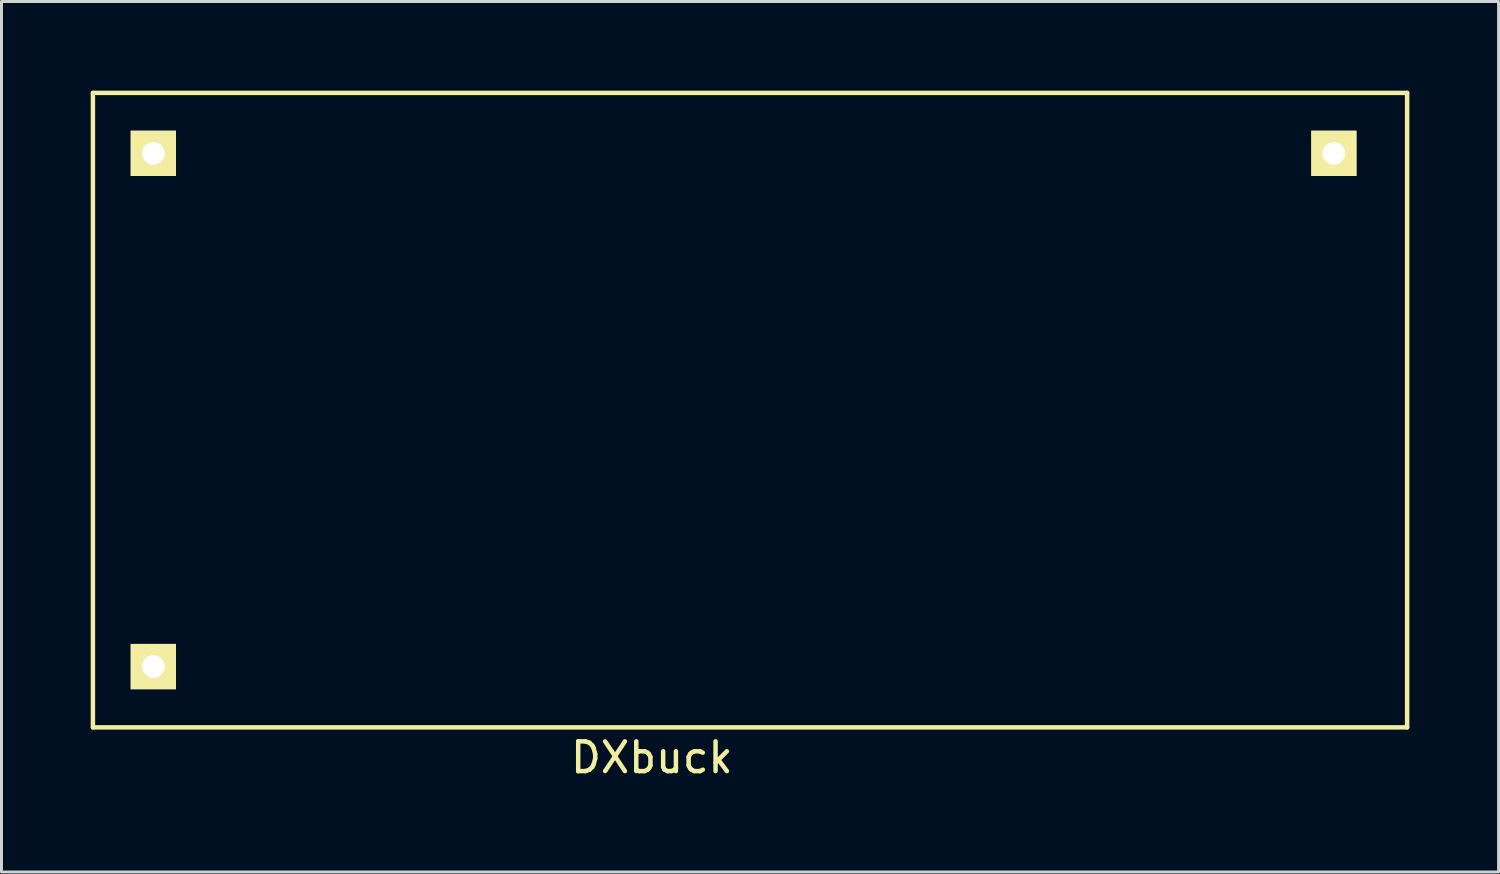
<source format=kicad_pcb>
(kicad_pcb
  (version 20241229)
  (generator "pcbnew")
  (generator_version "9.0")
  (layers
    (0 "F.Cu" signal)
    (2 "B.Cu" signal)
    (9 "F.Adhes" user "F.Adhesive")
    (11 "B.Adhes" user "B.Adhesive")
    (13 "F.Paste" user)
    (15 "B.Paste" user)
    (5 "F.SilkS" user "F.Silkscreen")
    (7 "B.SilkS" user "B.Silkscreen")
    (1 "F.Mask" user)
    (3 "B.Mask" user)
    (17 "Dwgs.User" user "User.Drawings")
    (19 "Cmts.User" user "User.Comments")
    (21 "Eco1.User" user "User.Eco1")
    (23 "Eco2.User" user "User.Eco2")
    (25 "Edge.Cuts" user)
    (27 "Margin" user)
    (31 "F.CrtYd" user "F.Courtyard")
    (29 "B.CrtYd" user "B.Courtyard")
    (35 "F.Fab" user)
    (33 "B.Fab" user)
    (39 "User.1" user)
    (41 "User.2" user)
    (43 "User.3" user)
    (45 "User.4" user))
  (footprint "DXbuck"
    (layer "F.Cu")
    (at 2.107 2.107)
    (property "Reference" "DXbuck" (at 16.764 20.32 0) (layer "F.SilkS") (effects (font (size 1 1) (thickness 0.15))))
    (attr through_hole)
    (fp_line (start -2.032 -2.032) (end -2.032 19.304) (stroke (width 0.15) (type solid)) (layer "F.SilkS"))
    (fp_line (start -2.032 19.304) (end 42.164 19.304) (stroke (width 0.15) (type solid)) (layer "F.SilkS"))
    (fp_line (start 42.164 -2.032) (end -2.032 -2.032) (stroke (width 0.15) (type solid)) (layer "F.SilkS"))
    (fp_line (start 42.164 19.304) (end 42.164 -2.032) (stroke (width 0.15) (type solid)) (layer "F.SilkS"))
    (pad "GND" thru_hole rect (at 0 17.26) (size 1.524 1.524) (drill 0.762) (layers "*.Cu" "*.Mask" "F.SilkS"))
    (pad "VI" thru_hole rect (at 0 0) (size 1.524 1.524) (drill 0.762) (layers "*.Cu" "*.Mask" "F.SilkS"))
    (pad "VO" thru_hole rect (at 39.7 0) (size 1.524 1.524) (drill 0.762) (layers "*.Cu" "*.Mask" "F.SilkS")))
  (gr_rect
    (start -3 -3)
    (end 47.346 26.275)
    (stroke (width 0.1) (type default))
    (fill no)
    (layer "Edge.Cuts")))
</source>
